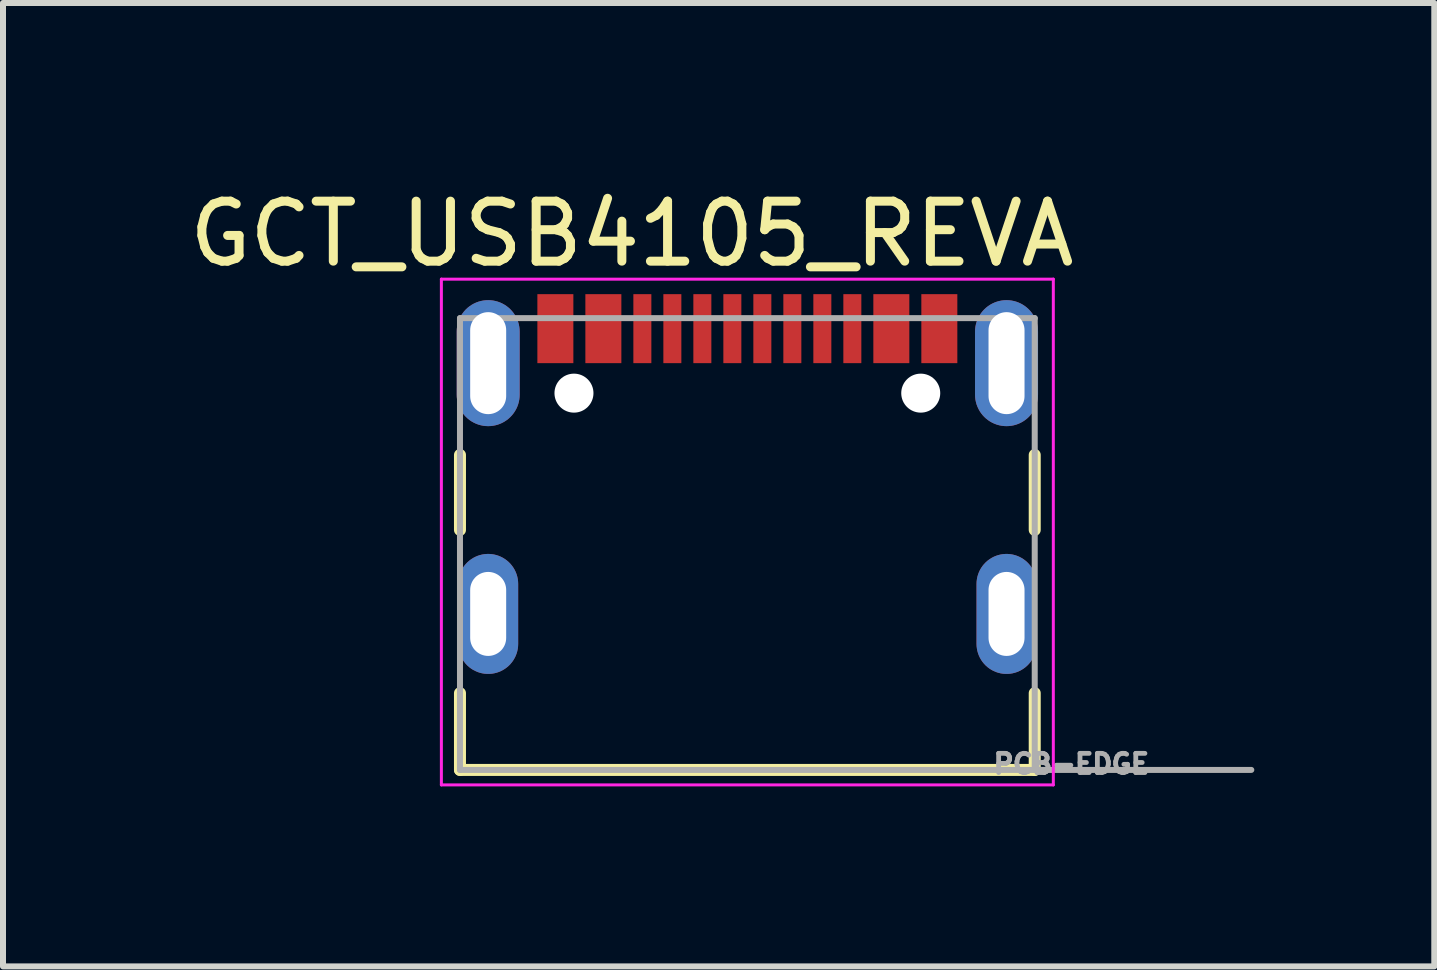
<source format=kicad_pcb>
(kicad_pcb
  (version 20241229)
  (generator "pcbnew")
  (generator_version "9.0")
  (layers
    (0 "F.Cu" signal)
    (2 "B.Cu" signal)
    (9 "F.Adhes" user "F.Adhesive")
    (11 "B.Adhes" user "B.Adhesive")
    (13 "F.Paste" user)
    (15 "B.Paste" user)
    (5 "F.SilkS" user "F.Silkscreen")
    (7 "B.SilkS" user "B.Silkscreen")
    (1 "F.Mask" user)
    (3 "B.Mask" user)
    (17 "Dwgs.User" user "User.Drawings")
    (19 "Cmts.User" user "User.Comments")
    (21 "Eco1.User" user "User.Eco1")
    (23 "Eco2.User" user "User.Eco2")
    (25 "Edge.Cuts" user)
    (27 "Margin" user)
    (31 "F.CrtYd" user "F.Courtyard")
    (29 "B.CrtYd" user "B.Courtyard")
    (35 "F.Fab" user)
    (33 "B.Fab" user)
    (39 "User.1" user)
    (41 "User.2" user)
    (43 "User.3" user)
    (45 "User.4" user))
  (footprint "GCT_USB4105_REVA"
    (layer "F.Cu")
    (at 9.407 7.183)
    (property "Reference" "GCT_USB4105_REVA" (at -1.925 -6.335 0) (layer "F.SilkS") (effects (font (size 1 1) (thickness 0.15))))
    (attr through_hole)
    (fp_line (start -4.79 -2.65) (end -4.79 -1.4) (stroke (width 0.2) (type solid)) (layer "F.SilkS"))
    (fp_line (start -4.79 1.32) (end -4.79 2.6) (stroke (width 0.2) (type solid)) (layer "F.SilkS"))
    (fp_line (start -4.79 2.6) (end 4.79 2.6) (stroke (width 0.2) (type solid)) (layer "F.SilkS"))
    (fp_line (start 4.79 -2.65) (end 4.79 -1.4) (stroke (width 0.2) (type solid)) (layer "F.SilkS"))
    (fp_line (start 4.79 2.6) (end 4.79 1.32) (stroke (width 0.2) (type solid)) (layer "F.SilkS"))
    (fp_line (start -5.1 -5.58) (end -5.1 2.85) (stroke (width 0.05) (type solid)) (layer "F.CrtYd"))
    (fp_line (start -5.1 2.85) (end 5.1 2.85) (stroke (width 0.05) (type solid)) (layer "F.CrtYd"))
    (fp_line (start 5.1 -5.58) (end -5.1 -5.58) (stroke (width 0.05) (type solid)) (layer "F.CrtYd"))
    (fp_line (start 5.1 2.85) (end 5.1 -5.58) (stroke (width 0.05) (type solid)) (layer "F.CrtYd"))
    (fp_line (start -4.79 -4.93) (end 4.79 -4.93) (stroke (width 0.1) (type solid)) (layer "F.Fab"))
    (fp_line (start -4.79 2.6) (end -4.79 -4.93) (stroke (width 0.1) (type solid)) (layer "F.Fab"))
    (fp_line (start 4.79 -4.93) (end 4.79 2.6) (stroke (width 0.1) (type solid)) (layer "F.Fab"))
    (fp_line (start 4.79 2.6) (end -4.79 2.6) (stroke (width 0.1) (type solid)) (layer "F.Fab"))
    (fp_line (start 4.8 2.6) (end 8.4 2.6) (stroke (width 0.1) (type solid)) (layer "F.Fab"))
    (fp_text user "PCB-EDGE" (at 5.4 2.5 0) (layer "F.Fab") (effects (font (size 0.32 0.32) (thickness 0.15))))
    (pad "" np_thru_hole circle (at -2.89 -3.68) (size 0.65 0.65) (drill 0.65) (layers "*.Cu" "*.Mask"))
    (pad "" np_thru_hole circle (at 2.89 -3.68) (size 0.65 0.65) (drill 0.65) (layers "*.Cu" "*.Mask"))
    (pad "A1/B12" smd rect (at -3.2 -4.755) (size 0.6 1.15) (layers "F.Cu" "F.Mask" "F.Paste"))
    (pad "A4/B9" smd rect (at -2.4 -4.755) (size 0.6 1.15) (layers "F.Cu" "F.Mask" "F.Paste"))
    (pad "A5" smd rect (at -1.25 -4.755) (size 0.3 1.15) (layers "F.Cu" "F.Mask" "F.Paste"))
    (pad "A6" smd rect (at -0.25 -4.755) (size 0.3 1.15) (layers "F.Cu" "F.Mask" "F.Paste"))
    (pad "A7" smd rect (at 0.25 -4.755) (size 0.3 1.15) (layers "F.Cu" "F.Mask" "F.Paste"))
    (pad "A8" smd rect (at 1.25 -4.755) (size 0.3 1.15) (layers "F.Cu" "F.Mask" "F.Paste"))
    (pad "B1/A12" smd rect (at 3.2 -4.755) (size 0.6 1.15) (layers "F.Cu" "F.Mask" "F.Paste"))
    (pad "B4/A9" smd rect (at 2.4 -4.755) (size 0.6 1.15) (layers "F.Cu" "F.Mask" "F.Paste"))
    (pad "B5" smd rect (at 1.75 -4.755) (size 0.3 1.15) (layers "F.Cu" "F.Mask" "F.Paste"))
    (pad "B6" smd rect (at 0.75 -4.755) (size 0.3 1.15) (layers "F.Cu" "F.Mask" "F.Paste"))
    (pad "B7" smd rect (at -0.75 -4.755) (size 0.3 1.15) (layers "F.Cu" "F.Mask" "F.Paste"))
    (pad "B8" smd rect (at -1.75 -4.755) (size 0.3 1.15) (layers "F.Cu" "F.Mask" "F.Paste"))
    (pad "G1" thru_hole oval (at -4.32 0) (size 1 2) (drill oval 0.6 1.4) (layers "*.Cu" "*.Mask"))
    (pad "G2" thru_hole oval (at 4.32 0) (size 1 2) (drill oval 0.6 1.4) (layers "*.Cu" "*.Mask"))
    (pad "G3" thru_hole oval (at -4.32 -4.18) (size 1.05 2.1) (drill oval 0.6 1.7) (layers "*.Cu" "*.Mask"))
    (pad "G4" thru_hole oval (at 4.32 -4.18) (size 1.05 2.1) (drill oval 0.6 1.7) (layers "*.Cu" "*.Mask")))
  (gr_rect
    (start -3 -3)
    (end 20.857 13.058)
    (stroke (width 0.1) (type default))
    (fill no)
    (layer "Edge.Cuts")))
</source>
